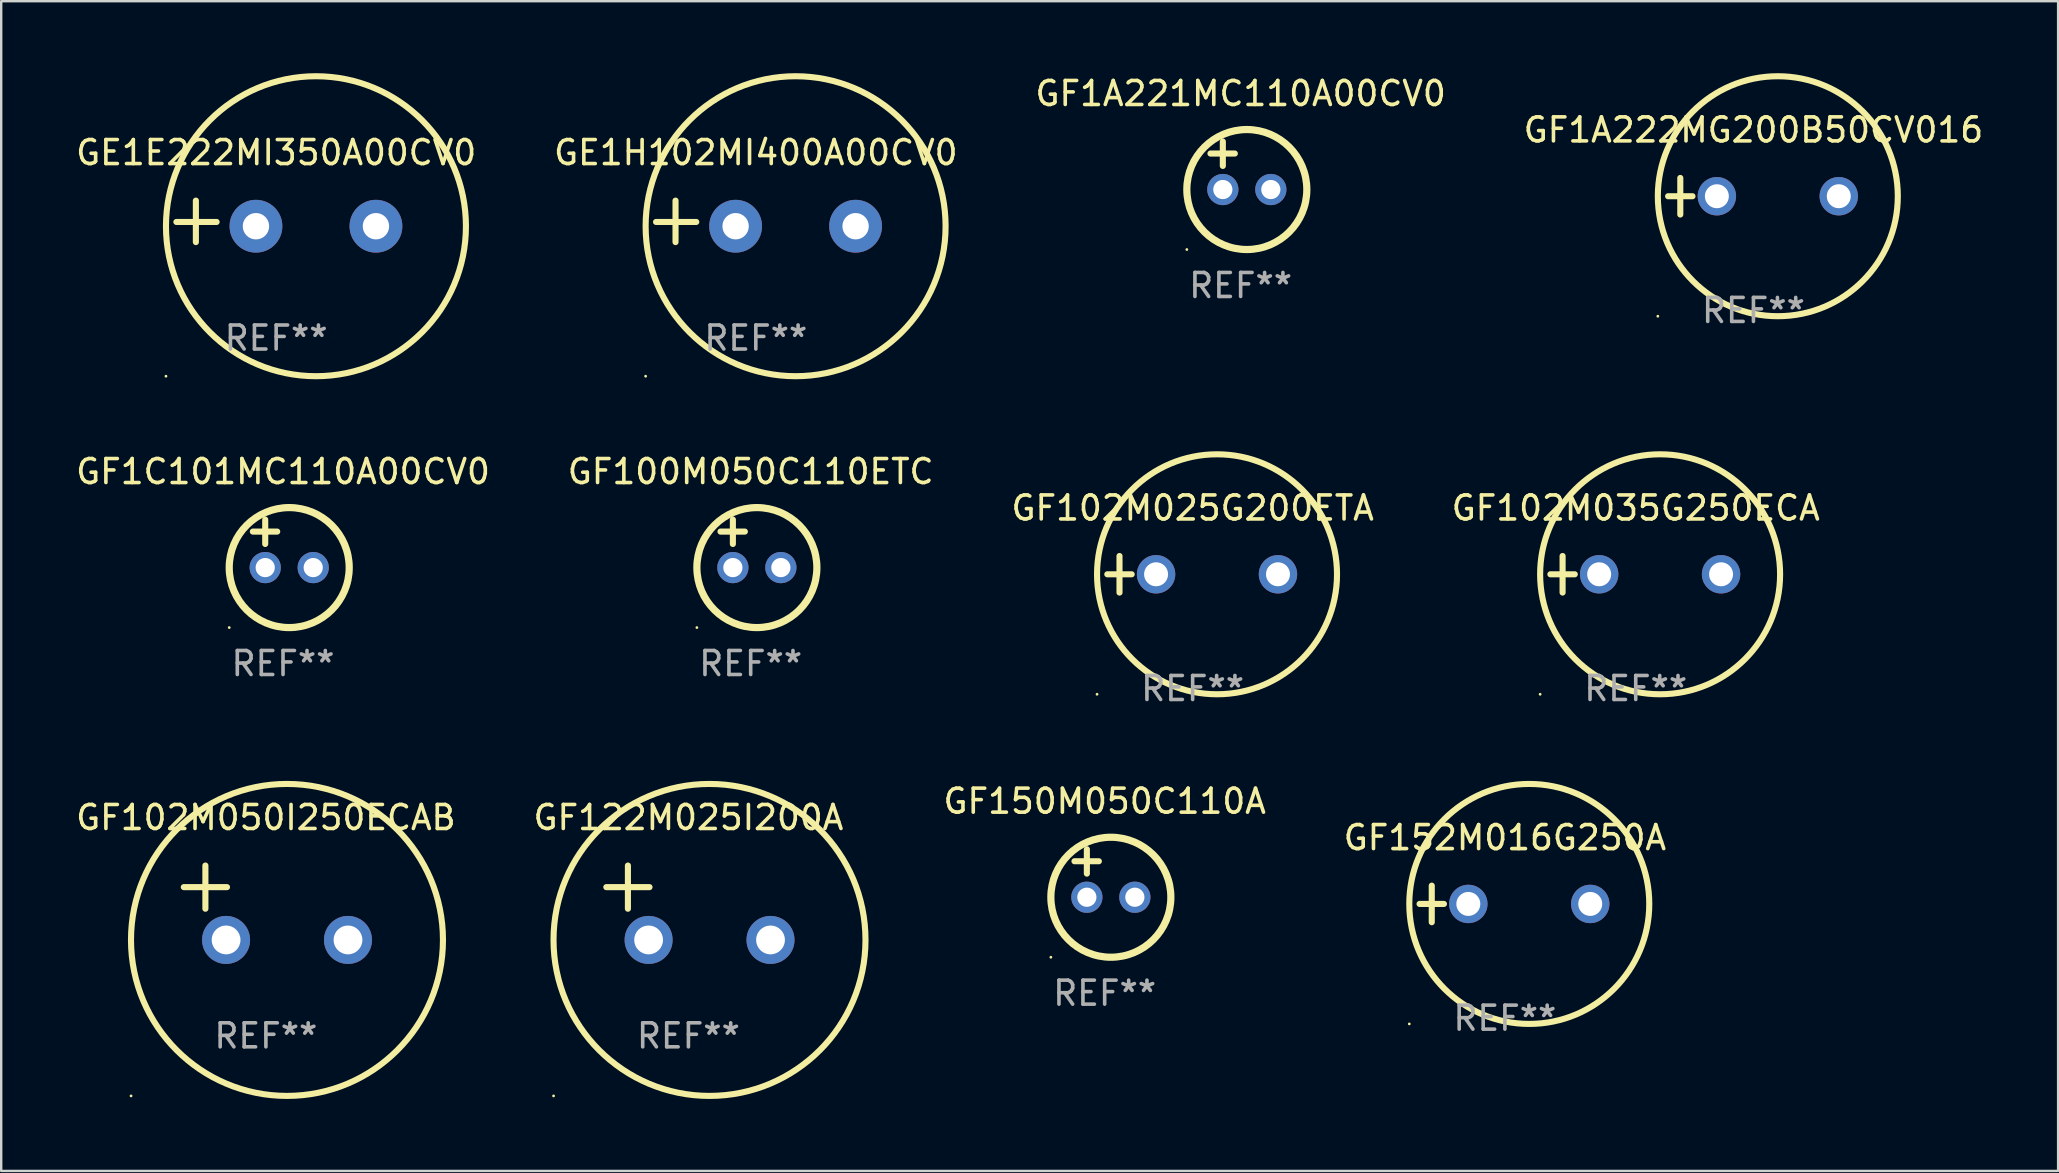
<source format=kicad_pcb>
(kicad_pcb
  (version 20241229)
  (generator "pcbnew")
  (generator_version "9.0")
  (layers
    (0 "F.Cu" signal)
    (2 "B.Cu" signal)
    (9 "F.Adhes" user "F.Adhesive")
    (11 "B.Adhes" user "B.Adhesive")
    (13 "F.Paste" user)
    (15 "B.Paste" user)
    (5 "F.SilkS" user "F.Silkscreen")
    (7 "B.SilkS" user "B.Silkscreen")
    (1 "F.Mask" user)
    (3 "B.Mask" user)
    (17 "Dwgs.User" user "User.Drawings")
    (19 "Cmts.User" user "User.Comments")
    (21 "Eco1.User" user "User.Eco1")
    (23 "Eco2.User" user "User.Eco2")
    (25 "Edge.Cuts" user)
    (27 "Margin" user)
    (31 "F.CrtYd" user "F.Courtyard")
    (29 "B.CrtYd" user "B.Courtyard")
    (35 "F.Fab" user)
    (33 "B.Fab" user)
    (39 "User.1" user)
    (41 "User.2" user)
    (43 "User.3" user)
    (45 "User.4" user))
  (footprint "GE1E222MI350A00CV0"
    (layer "F.Cu")
    (at 8.458 6.174)
    (property "Reference" "GE1E222MI350A00CV0" (at 0 -2.864 0) (layer "F.SilkS") (effects (font (size 1 1) (thickness 0.15))))
    (attr through_hole)
    (fp_line (start -3.346 0.864) (end -3.346 -0.864) (stroke (width 0.254) (type solid)) (layer "F.SilkS"))
    (fp_line (start -2.482 0.025) (end -4.158 0.025) (stroke (width 0.254) (type solid)) (layer "F.SilkS"))
    (fp_circle (center -4.592 6.453) (end -4.562 6.453) (stroke (width 0.06) (type solid)) (fill no) (layer "F.SilkS"))
    (fp_circle (center 1.658 0.203) (end 7.908 0.203) (stroke (width 0.254) (type solid)) (fill no) (layer "F.SilkS"))
    (fp_text user "REF**" (at 0 4.864 0) (layer "F.Fab") (effects (font (size 1 1) (thickness 0.15))))
    (pad "1" thru_hole circle (at -0.842 0.203) (size 2.2 2.2) (drill 1.1) (layers "*.Cu" "*.Mask"))
    (pad "2" thru_hole circle (at 4.158 0.203) (size 2.2 2.2) (drill 1.1) (layers "*.Cu" "*.Mask")))
  (footprint "GF152M016G250A"
    (layer "F.Cu")
    (at 59.661 34.618)
    (property "Reference" "GF152M016G250A" (at 0 -2.762 0) (layer "F.SilkS") (effects (font (size 1 1) (thickness 0.15))))
    (attr through_hole)
    (fp_line (start -3.556 0) (end -2.54 0) (stroke (width 0.254) (type solid)) (layer "F.SilkS"))
    (fp_line (start -3.048 -0.762) (end -3.048 0.762) (stroke (width 0.254) (type solid)) (layer "F.SilkS"))
    (fp_circle (center -3.984 5) (end -3.954 5) (stroke (width 0.06) (type solid)) (fill no) (layer "F.SilkS"))
    (fp_circle (center 1.016 0) (end 6.016 0) (stroke (width 0.254) (type solid)) (fill no) (layer "F.SilkS"))
    (fp_text user "REF**" (at 0 4.762 0) (layer "F.Fab") (effects (font (size 1 1) (thickness 0.15))))
    (pad "1" thru_hole circle (at -1.524 0) (size 1.6 1.6) (drill 1) (layers "*.Cu" "*.Mask"))
    (pad "2" thru_hole circle (at 3.556 0) (size 1.6 1.6) (drill 1) (layers "*.Cu" "*.Mask")))
  (footprint "GF122M025I200A"
    (layer "F.Cu")
    (at 25.637 34.568)
    (property "Reference" "GF122M025I200A" (at 0 -3.55 0) (layer "F.SilkS") (effects (font (size 1 1) (thickness 0.15))))
    (attr through_hole)
    (fp_line (start -3.421 -0.65) (end -1.621 -0.65) (stroke (width 0.254) (type solid)) (layer "F.SilkS"))
    (fp_line (start -2.521 -1.55) (end -2.521 0.25) (stroke (width 0.254) (type solid)) (layer "F.SilkS"))
    (fp_circle (center -5.619 8.05) (end -5.589 8.05) (stroke (width 0.06) (type solid)) (fill no) (layer "F.SilkS"))
    (fp_circle (center 0.879 1.55) (end 7.379 1.55) (stroke (width 0.254) (type solid)) (fill no) (layer "F.SilkS"))
    (fp_text user "REF**" (at 0 5.55 0) (layer "F.Fab") (effects (font (size 1 1) (thickness 0.15))))
    (pad "1" thru_hole circle (at -1.659 1.55) (size 2 2) (drill 1.2) (layers "*.Cu" "*.Mask"))
    (pad "2" thru_hole circle (at 3.421 1.55) (size 2 2) (drill 1.2) (layers "*.Cu" "*.Mask")))
  (footprint "GE1H102MI400A00CV0"
    (layer "F.Cu")
    (at 28.446 6.174)
    (property "Reference" "GE1H102MI400A00CV0" (at 0 -2.864 0) (layer "F.SilkS") (effects (font (size 1 1) (thickness 0.15))))
    (attr through_hole)
    (fp_line (start -3.346 0.864) (end -3.346 -0.864) (stroke (width 0.254) (type solid)) (layer "F.SilkS"))
    (fp_line (start -2.482 0.025) (end -4.158 0.025) (stroke (width 0.254) (type solid)) (layer "F.SilkS"))
    (fp_circle (center -4.592 6.453) (end -4.562 6.453) (stroke (width 0.06) (type solid)) (fill no) (layer "F.SilkS"))
    (fp_circle (center 1.658 0.203) (end 7.908 0.203) (stroke (width 0.254) (type solid)) (fill no) (layer "F.SilkS"))
    (fp_text user "REF**" (at 0 4.864 0) (layer "F.Fab") (effects (font (size 1 1) (thickness 0.15))))
    (pad "1" thru_hole circle (at -0.842 0.203) (size 2.2 2.2) (drill 1.1) (layers "*.Cu" "*.Mask"))
    (pad "2" thru_hole circle (at 4.158 0.203) (size 2.2 2.2) (drill 1.1) (layers "*.Cu" "*.Mask")))
  (footprint "GF102M050I250ECAB"
    (layer "F.Cu")
    (at 8.03 34.568)
    (property "Reference" "GF102M050I250ECAB" (at 0 -3.55 0) (layer "F.SilkS") (effects (font (size 1 1) (thickness 0.15))))
    (attr through_hole)
    (fp_line (start -3.421 -0.65) (end -1.621 -0.65) (stroke (width 0.254) (type solid)) (layer "F.SilkS"))
    (fp_line (start -2.521 -1.55) (end -2.521 0.25) (stroke (width 0.254) (type solid)) (layer "F.SilkS"))
    (fp_circle (center -5.619 8.05) (end -5.589 8.05) (stroke (width 0.06) (type solid)) (fill no) (layer "F.SilkS"))
    (fp_circle (center 0.879 1.55) (end 7.379 1.55) (stroke (width 0.254) (type solid)) (fill no) (layer "F.SilkS"))
    (fp_text user "REF**" (at 0 5.55 0) (layer "F.Fab") (effects (font (size 1 1) (thickness 0.15))))
    (pad "1" thru_hole circle (at -1.659 1.55) (size 2 2) (drill 1.2) (layers "*.Cu" "*.Mask"))
    (pad "2" thru_hole circle (at 3.421 1.55) (size 2 2) (drill 1.2) (layers "*.Cu" "*.Mask")))
  (footprint "GF100M050C110ETC"
    (layer "F.Cu")
    (at 28.232 19.602)
    (property "Reference" "GF100M050C110ETC" (at 0 -3 0) (layer "F.SilkS") (effects (font (size 1 1) (thickness 0.15))))
    (attr through_hole)
    (fp_line (start -1.258 -0.5) (end -0.242 -0.5) (stroke (width 0.254) (type solid)) (layer "F.SilkS"))
    (fp_line (start -0.742 -1) (end -0.742 0.016) (stroke (width 0.254) (type solid)) (layer "F.SilkS"))
    (fp_circle (center -2.242 3.5) (end -2.212 3.5) (stroke (width 0.06) (type solid)) (fill no) (layer "F.SilkS"))
    (fp_circle (center 0.258 1) (end 2.758 1) (stroke (width 0.3) (type solid)) (fill no) (layer "F.SilkS"))
    (fp_text user "REF**" (at 0 5 0) (layer "F.Fab") (effects (font (size 1 1) (thickness 0.15))))
    (pad "1" thru_hole circle (at -0.742 1) (size 1.3 1.3) (drill 0.8) (layers "*.Cu" "*.Mask"))
    (pad "2" thru_hole circle (at 1.258 1) (size 1.3 1.3) (drill 0.8) (layers "*.Cu" "*.Mask")))
  (footprint "GF1A222MG200B50CV016"
    (layer "F.Cu")
    (at 70.018 5.127)
    (property "Reference" "GF1A222MG200B50CV016" (at 0 -2.762 0) (layer "F.SilkS") (effects (font (size 1 1) (thickness 0.15))))
    (attr through_hole)
    (fp_line (start -3.556 0) (end -2.54 0) (stroke (width 0.254) (type solid)) (layer "F.SilkS"))
    (fp_line (start -3.048 -0.762) (end -3.048 0.762) (stroke (width 0.254) (type solid)) (layer "F.SilkS"))
    (fp_circle (center -3.984 5) (end -3.954 5) (stroke (width 0.06) (type solid)) (fill no) (layer "F.SilkS"))
    (fp_circle (center 1.016 0) (end 6.016 0) (stroke (width 0.254) (type solid)) (fill no) (layer "F.SilkS"))
    (fp_text user "REF**" (at 0 4.762 0) (layer "F.Fab") (effects (font (size 1 1) (thickness 0.15))))
    (pad "1" thru_hole circle (at -1.524 0) (size 1.6 1.6) (drill 1) (layers "*.Cu" "*.Mask"))
    (pad "2" thru_hole circle (at 3.556 0) (size 1.6 1.6) (drill 1) (layers "*.Cu" "*.Mask")))
  (footprint "GF1C101MC110A00CV0"
    (layer "F.Cu")
    (at 8.744 19.602)
    (property "Reference" "GF1C101MC110A00CV0" (at 0 -3 0) (layer "F.SilkS") (effects (font (size 1 1) (thickness 0.15))))
    (attr through_hole)
    (fp_line (start -1.258 -0.5) (end -0.242 -0.5) (stroke (width 0.254) (type solid)) (layer "F.SilkS"))
    (fp_line (start -0.742 -1) (end -0.742 0.016) (stroke (width 0.254) (type solid)) (layer "F.SilkS"))
    (fp_circle (center -2.242 3.5) (end -2.212 3.5) (stroke (width 0.06) (type solid)) (fill no) (layer "F.SilkS"))
    (fp_circle (center 0.258 1) (end 2.758 1) (stroke (width 0.3) (type solid)) (fill no) (layer "F.SilkS"))
    (fp_text user "REF**" (at 0 5 0) (layer "F.Fab") (effects (font (size 1 1) (thickness 0.15))))
    (pad "1" thru_hole circle (at -0.742 1) (size 1.3 1.3) (drill 0.8) (layers "*.Cu" "*.Mask"))
    (pad "2" thru_hole circle (at 1.258 1) (size 1.3 1.3) (drill 0.8) (layers "*.Cu" "*.Mask")))
  (footprint "GF150M050C110A"
    (layer "F.Cu")
    (at 42.983 33.339)
    (property "Reference" "GF150M050C110A" (at 0 -3 0) (layer "F.SilkS") (effects (font (size 1 1) (thickness 0.15))))
    (attr through_hole)
    (fp_line (start -1.258 -0.5) (end -0.242 -0.5) (stroke (width 0.254) (type solid)) (layer "F.SilkS"))
    (fp_line (start -0.742 -1) (end -0.742 0.016) (stroke (width 0.254) (type solid)) (layer "F.SilkS"))
    (fp_circle (center -2.242 3.5) (end -2.212 3.5) (stroke (width 0.06) (type solid)) (fill no) (layer "F.SilkS"))
    (fp_circle (center 0.258 1) (end 2.758 1) (stroke (width 0.3) (type solid)) (fill no) (layer "F.SilkS"))
    (fp_text user "REF**" (at 0 5 0) (layer "F.Fab") (effects (font (size 1 1) (thickness 0.15))))
    (pad "1" thru_hole circle (at -0.742 1) (size 1.3 1.3) (drill 0.8) (layers "*.Cu" "*.Mask"))
    (pad "2" thru_hole circle (at 1.258 1) (size 1.3 1.3) (drill 0.8) (layers "*.Cu" "*.Mask")))
  (footprint "GF1A221MC110A00CV0"
    (layer "F.Cu")
    (at 48.649 3.848)
    (property "Reference" "GF1A221MC110A00CV0" (at 0 -3 0) (layer "F.SilkS") (effects (font (size 1 1) (thickness 0.15))))
    (attr through_hole)
    (fp_line (start -1.258 -0.5) (end -0.242 -0.5) (stroke (width 0.254) (type solid)) (layer "F.SilkS"))
    (fp_line (start -0.742 -1) (end -0.742 0.016) (stroke (width 0.254) (type solid)) (layer "F.SilkS"))
    (fp_circle (center -2.242 3.5) (end -2.212 3.5) (stroke (width 0.06) (type solid)) (fill no) (layer "F.SilkS"))
    (fp_circle (center 0.258 1) (end 2.758 1) (stroke (width 0.3) (type solid)) (fill no) (layer "F.SilkS"))
    (fp_text user "REF**" (at 0 5 0) (layer "F.Fab") (effects (font (size 1 1) (thickness 0.15))))
    (pad "1" thru_hole circle (at -0.742 1) (size 1.3 1.3) (drill 0.8) (layers "*.Cu" "*.Mask"))
    (pad "2" thru_hole circle (at 1.258 1) (size 1.3 1.3) (drill 0.8) (layers "*.Cu" "*.Mask")))
  (footprint "GF102M025G200ETA"
    (layer "F.Cu")
    (at 46.649 20.881)
    (property "Reference" "GF102M025G200ETA" (at 0 -2.762 0) (layer "F.SilkS") (effects (font (size 1 1) (thickness 0.15))))
    (attr through_hole)
    (fp_line (start -3.556 0) (end -2.54 0) (stroke (width 0.254) (type solid)) (layer "F.SilkS"))
    (fp_line (start -3.048 -0.762) (end -3.048 0.762) (stroke (width 0.254) (type solid)) (layer "F.SilkS"))
    (fp_circle (center -3.984 5) (end -3.954 5) (stroke (width 0.06) (type solid)) (fill no) (layer "F.SilkS"))
    (fp_circle (center 1.016 0) (end 6.016 0) (stroke (width 0.254) (type solid)) (fill no) (layer "F.SilkS"))
    (fp_text user "REF**" (at 0 4.762 0) (layer "F.Fab") (effects (font (size 1 1) (thickness 0.15))))
    (pad "1" thru_hole circle (at -1.524 0) (size 1.6 1.6) (drill 1) (layers "*.Cu" "*.Mask"))
    (pad "2" thru_hole circle (at 3.556 0) (size 1.6 1.6) (drill 1) (layers "*.Cu" "*.Mask")))
  (footprint "GF102M035G250ECA"
    (layer "F.Cu")
    (at 65.113 20.881)
    (property "Reference" "GF102M035G250ECA" (at 0 -2.762 0) (layer "F.SilkS") (effects (font (size 1 1) (thickness 0.15))))
    (attr through_hole)
    (fp_line (start -3.556 0) (end -2.54 0) (stroke (width 0.254) (type solid)) (layer "F.SilkS"))
    (fp_line (start -3.048 -0.762) (end -3.048 0.762) (stroke (width 0.254) (type solid)) (layer "F.SilkS"))
    (fp_circle (center -3.984 5) (end -3.954 5) (stroke (width 0.06) (type solid)) (fill no) (layer "F.SilkS"))
    (fp_circle (center 1.016 0) (end 6.016 0) (stroke (width 0.254) (type solid)) (fill no) (layer "F.SilkS"))
    (fp_text user "REF**" (at 0 4.762 0) (layer "F.Fab") (effects (font (size 1 1) (thickness 0.15))))
    (pad "1" thru_hole circle (at -1.524 0) (size 1.6 1.6) (drill 1) (layers "*.Cu" "*.Mask"))
    (pad "2" thru_hole circle (at 3.556 0) (size 1.6 1.6) (drill 1) (layers "*.Cu" "*.Mask")))
  (gr_rect
    (start -3 -3)
    (end 82.714 45.745)
    (stroke (width 0.1) (type default))
    (fill no)
    (layer "Edge.Cuts")))
</source>
